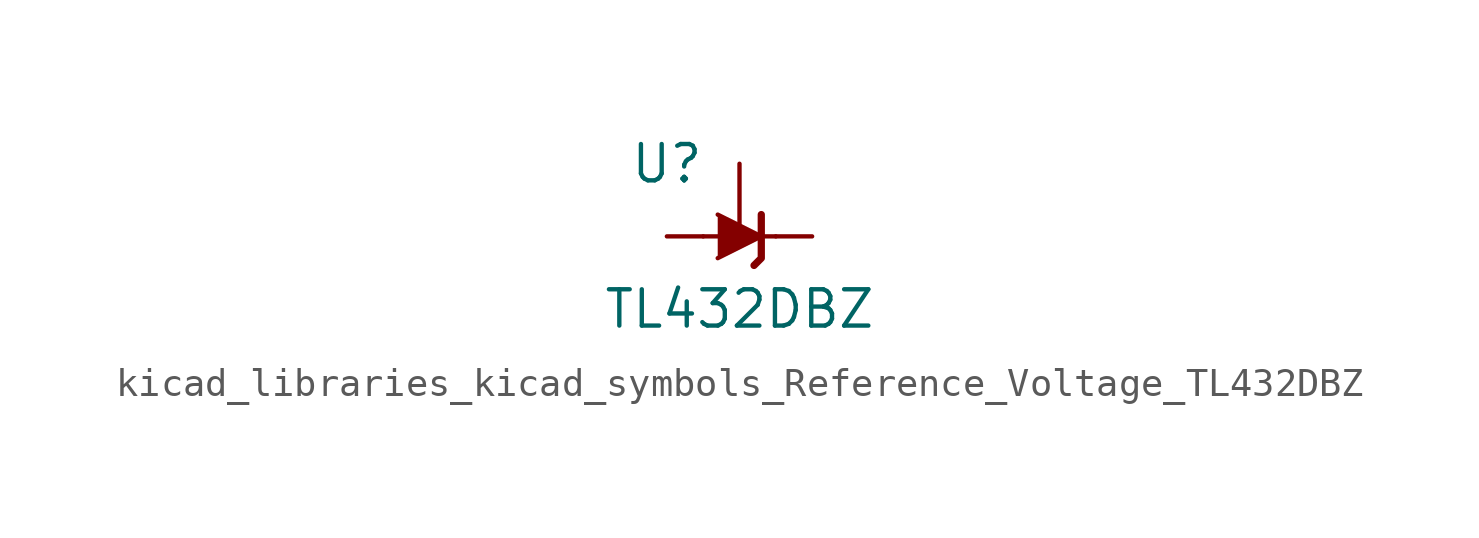
<source format=kicad_sym>
(kicad_symbol_lib
  (version 20220914)
  (generator kicad_symbol_editor)
  (symbol "kicad_libraries_kicad_symbols_Reference_Voltage_TL432DBZ"
    (pin_numbers hide)
    (pin_names hide)
    (property "Reference" "U"
      (at -2.54 2.54 0)
      (effects (font (size 1.27 1.27))))
    (property "Value" "TL432DBZ"
      (at 0 -2.54 0)
      (effects (font (size 1.27 1.27))))
    (symbol "kicad_libraries_kicad_symbols_Reference_Voltage_TL432DBZ_0_1"
      (polyline (pts (xy -1.27 0) (xy 0 0) (xy 1.27 0)) (stroke (width 0) (type default)) (fill (type none)))
      (polyline (pts (xy -0.762 0.762) (xy 0.762 0) (xy -0.762 -0.762)) (stroke (width 0) (type default)) (fill (type outline)))
      (polyline (pts (xy 0.508 -1.016) (xy 0.762 -0.762) (xy 0.762 0.762) (xy 0.762 0.762)) (stroke (width 0.254) (type default)) (fill (type none))))
    (symbol "kicad_libraries_kicad_symbols_Reference_Voltage_TL432DBZ_1_1"
      (pin passive line (at 0 2.54 270) (length 2.54) (name "REF" (effects (font (size 1.27 1.27)))) (number "1" (effects (font (size 1.27 1.27)))))
      (pin passive line (at 2.54 0 180) (length 1.27) (name "K" (effects (font (size 1.27 1.27)))) (number "2" (effects (font (size 1.27 1.27)))))
      (pin passive line (at -2.54 0 0) (length 1.27) (name "A" (effects (font (size 1.27 1.27)))) (number "3" (effects (font (size 1.27 1.27))))))))
</source>
